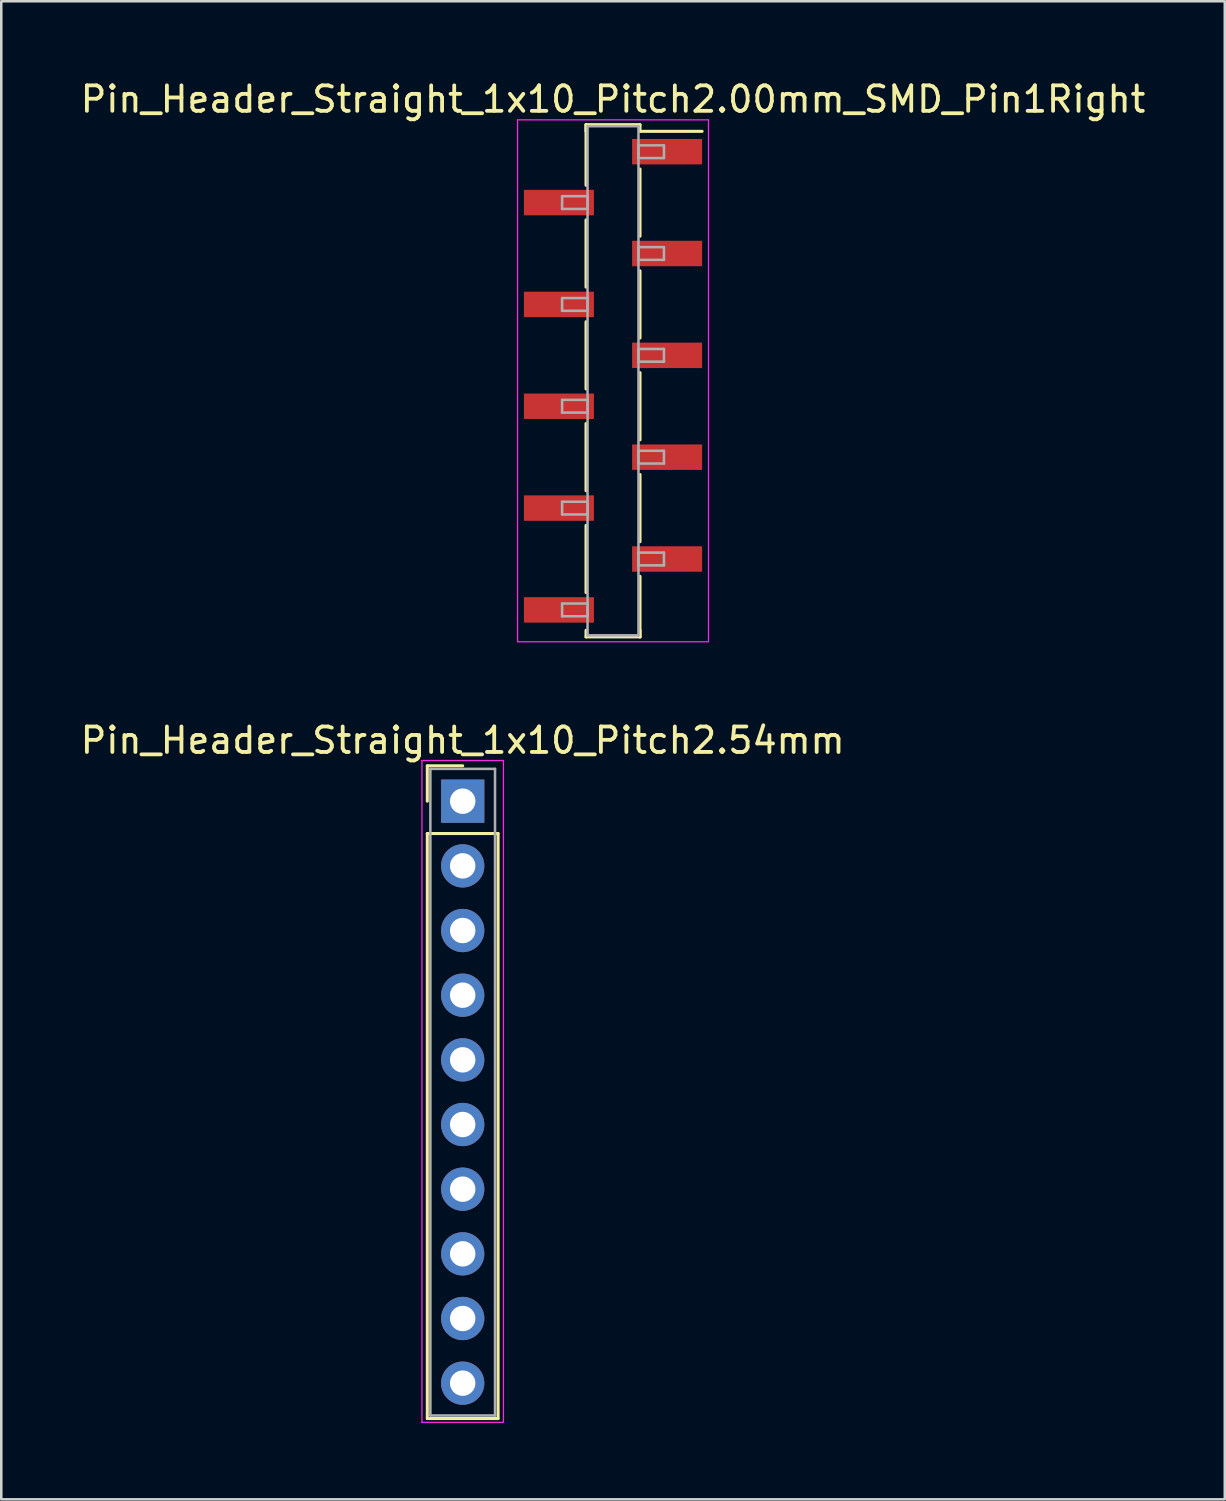
<source format=kicad_pcb>
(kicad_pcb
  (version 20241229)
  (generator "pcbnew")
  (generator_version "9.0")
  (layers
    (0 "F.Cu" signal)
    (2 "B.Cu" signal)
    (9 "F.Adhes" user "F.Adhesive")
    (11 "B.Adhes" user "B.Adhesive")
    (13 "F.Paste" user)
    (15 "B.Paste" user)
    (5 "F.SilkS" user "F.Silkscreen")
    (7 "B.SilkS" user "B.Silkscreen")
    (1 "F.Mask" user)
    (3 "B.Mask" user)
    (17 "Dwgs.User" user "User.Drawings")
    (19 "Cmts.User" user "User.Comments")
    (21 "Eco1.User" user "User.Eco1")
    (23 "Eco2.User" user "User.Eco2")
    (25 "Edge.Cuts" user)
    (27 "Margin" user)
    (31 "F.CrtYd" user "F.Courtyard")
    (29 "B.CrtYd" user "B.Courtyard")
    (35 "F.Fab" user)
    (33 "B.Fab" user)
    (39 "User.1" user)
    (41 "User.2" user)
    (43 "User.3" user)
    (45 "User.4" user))
  (footprint "Pin_Header_Straight_1x10_Pitch2.00mm_SMD_Pin1Right"
    (layer "F.Cu")
    (at 21.03 11.908)
    (property "Reference" "Pin_Header_Straight_1x10_Pitch2.00mm_SMD_Pin1Right" (at 0 -11.06 0) (layer "F.SilkS") (effects (font (size 1 1) (thickness 0.15))))
    (attr smd)
    (fp_line (start -1.06 -10.06) (end -1.06 -7.68) (stroke (width 0.12) (type solid)) (layer "F.SilkS"))
    (fp_line (start -1.06 -10.06) (end 1.06 -10.06) (stroke (width 0.12) (type solid)) (layer "F.SilkS"))
    (fp_line (start -1.06 -9.8) (end -1.06 -10.06) (stroke (width 0.12) (type solid)) (layer "F.SilkS"))
    (fp_line (start -1.06 -6.32) (end -1.06 -3.68) (stroke (width 0.12) (type solid)) (layer "F.SilkS"))
    (fp_line (start -1.06 -2.32) (end -1.06 0.32) (stroke (width 0.12) (type solid)) (layer "F.SilkS"))
    (fp_line (start -1.06 1.68) (end -1.06 4.32) (stroke (width 0.12) (type solid)) (layer "F.SilkS"))
    (fp_line (start -1.06 5.68) (end -1.06 8.32) (stroke (width 0.12) (type solid)) (layer "F.SilkS"))
    (fp_line (start -1.06 9.8) (end -1.06 10.06) (stroke (width 0.12) (type solid)) (layer "F.SilkS"))
    (fp_line (start -1.06 10.06) (end 1.06 10.06) (stroke (width 0.12) (type solid)) (layer "F.SilkS"))
    (fp_line (start 1.06 -10.06) (end 1.06 -9.8) (stroke (width 0.12) (type solid)) (layer "F.SilkS"))
    (fp_line (start 1.06 -9.8) (end 3.5 -9.8) (stroke (width 0.12) (type solid)) (layer "F.SilkS"))
    (fp_line (start 1.06 -8.32) (end 1.06 -5.68) (stroke (width 0.12) (type solid)) (layer "F.SilkS"))
    (fp_line (start 1.06 -4.32) (end 1.06 -1.68) (stroke (width 0.12) (type solid)) (layer "F.SilkS"))
    (fp_line (start 1.06 -0.32) (end 1.06 2.32) (stroke (width 0.12) (type solid)) (layer "F.SilkS"))
    (fp_line (start 1.06 3.68) (end 1.06 6.32) (stroke (width 0.12) (type solid)) (layer "F.SilkS"))
    (fp_line (start 1.06 7.68) (end 1.06 10.06) (stroke (width 0.12) (type solid)) (layer "F.SilkS"))
    (fp_line (start 1.06 10.06) (end 1.06 9.8) (stroke (width 0.12) (type solid)) (layer "F.SilkS"))
    (fp_line (start -3.75 -10.25) (end -3.75 10.25) (stroke (width 0.05) (type solid)) (layer "F.CrtYd"))
    (fp_line (start -3.75 10.25) (end 3.75 10.25) (stroke (width 0.05) (type solid)) (layer "F.CrtYd"))
    (fp_line (start 3.75 -10.25) (end -3.75 -10.25) (stroke (width 0.05) (type solid)) (layer "F.CrtYd"))
    (fp_line (start 3.75 10.25) (end 3.75 -10.25) (stroke (width 0.05) (type solid)) (layer "F.CrtYd"))
    (fp_line (start -2 -7.25) (end -1 -7.25) (stroke (width 0.1) (type solid)) (layer "F.Fab"))
    (fp_line (start -2 -6.75) (end -2 -7.25) (stroke (width 0.1) (type solid)) (layer "F.Fab"))
    (fp_line (start -2 -3.25) (end -1 -3.25) (stroke (width 0.1) (type solid)) (layer "F.Fab"))
    (fp_line (start -2 -2.75) (end -2 -3.25) (stroke (width 0.1) (type solid)) (layer "F.Fab"))
    (fp_line (start -2 0.75) (end -1 0.75) (stroke (width 0.1) (type solid)) (layer "F.Fab"))
    (fp_line (start -2 1.25) (end -2 0.75) (stroke (width 0.1) (type solid)) (layer "F.Fab"))
    (fp_line (start -2 4.75) (end -1 4.75) (stroke (width 0.1) (type solid)) (layer "F.Fab"))
    (fp_line (start -2 5.25) (end -2 4.75) (stroke (width 0.1) (type solid)) (layer "F.Fab"))
    (fp_line (start -2 8.75) (end -1 8.75) (stroke (width 0.1) (type solid)) (layer "F.Fab"))
    (fp_line (start -2 9.25) (end -2 8.75) (stroke (width 0.1) (type solid)) (layer "F.Fab"))
    (fp_line (start -1 -10) (end -1 10) (stroke (width 0.1) (type solid)) (layer "F.Fab"))
    (fp_line (start -1 -7.25) (end -1 -6.75) (stroke (width 0.1) (type solid)) (layer "F.Fab"))
    (fp_line (start -1 -6.75) (end -2 -6.75) (stroke (width 0.1) (type solid)) (layer "F.Fab"))
    (fp_line (start -1 -3.25) (end -1 -2.75) (stroke (width 0.1) (type solid)) (layer "F.Fab"))
    (fp_line (start -1 -2.75) (end -2 -2.75) (stroke (width 0.1) (type solid)) (layer "F.Fab"))
    (fp_line (start -1 0.75) (end -1 1.25) (stroke (width 0.1) (type solid)) (layer "F.Fab"))
    (fp_line (start -1 1.25) (end -2 1.25) (stroke (width 0.1) (type solid)) (layer "F.Fab"))
    (fp_line (start -1 4.75) (end -1 5.25) (stroke (width 0.1) (type solid)) (layer "F.Fab"))
    (fp_line (start -1 5.25) (end -2 5.25) (stroke (width 0.1) (type solid)) (layer "F.Fab"))
    (fp_line (start -1 8.75) (end -1 9.25) (stroke (width 0.1) (type solid)) (layer "F.Fab"))
    (fp_line (start -1 9.25) (end -2 9.25) (stroke (width 0.1) (type solid)) (layer "F.Fab"))
    (fp_line (start -1 10) (end 1 10) (stroke (width 0.1) (type solid)) (layer "F.Fab"))
    (fp_line (start 1 -10) (end -1 -10) (stroke (width 0.1) (type solid)) (layer "F.Fab"))
    (fp_line (start 1 -9.25) (end 1 -8.75) (stroke (width 0.1) (type solid)) (layer "F.Fab"))
    (fp_line (start 1 -8.75) (end 2 -8.75) (stroke (width 0.1) (type solid)) (layer "F.Fab"))
    (fp_line (start 1 -5.25) (end 1 -4.75) (stroke (width 0.1) (type solid)) (layer "F.Fab"))
    (fp_line (start 1 -4.75) (end 2 -4.75) (stroke (width 0.1) (type solid)) (layer "F.Fab"))
    (fp_line (start 1 -1.25) (end 1 -0.75) (stroke (width 0.1) (type solid)) (layer "F.Fab"))
    (fp_line (start 1 -0.75) (end 2 -0.75) (stroke (width 0.1) (type solid)) (layer "F.Fab"))
    (fp_line (start 1 2.75) (end 1 3.25) (stroke (width 0.1) (type solid)) (layer "F.Fab"))
    (fp_line (start 1 3.25) (end 2 3.25) (stroke (width 0.1) (type solid)) (layer "F.Fab"))
    (fp_line (start 1 6.75) (end 1 7.25) (stroke (width 0.1) (type solid)) (layer "F.Fab"))
    (fp_line (start 1 7.25) (end 2 7.25) (stroke (width 0.1) (type solid)) (layer "F.Fab"))
    (fp_line (start 1 10) (end 1 -10) (stroke (width 0.1) (type solid)) (layer "F.Fab"))
    (fp_line (start 2 -9.25) (end 1 -9.25) (stroke (width 0.1) (type solid)) (layer "F.Fab"))
    (fp_line (start 2 -8.75) (end 2 -9.25) (stroke (width 0.1) (type solid)) (layer "F.Fab"))
    (fp_line (start 2 -5.25) (end 1 -5.25) (stroke (width 0.1) (type solid)) (layer "F.Fab"))
    (fp_line (start 2 -4.75) (end 2 -5.25) (stroke (width 0.1) (type solid)) (layer "F.Fab"))
    (fp_line (start 2 -1.25) (end 1 -1.25) (stroke (width 0.1) (type solid)) (layer "F.Fab"))
    (fp_line (start 2 -0.75) (end 2 -1.25) (stroke (width 0.1) (type solid)) (layer "F.Fab"))
    (fp_line (start 2 2.75) (end 1 2.75) (stroke (width 0.1) (type solid)) (layer "F.Fab"))
    (fp_line (start 2 3.25) (end 2 2.75) (stroke (width 0.1) (type solid)) (layer "F.Fab"))
    (fp_line (start 2 6.75) (end 1 6.75) (stroke (width 0.1) (type solid)) (layer "F.Fab"))
    (fp_line (start 2 7.25) (end 2 6.75) (stroke (width 0.1) (type solid)) (layer "F.Fab"))
    (pad "1" smd rect (at 2.125 -9) (size 2.75 1) (layers "F.Cu" "F.Mask"))
    (pad "2" smd rect (at -2.125 -7) (size 2.75 1) (layers "F.Cu" "F.Mask"))
    (pad "3" smd rect (at 2.125 -5) (size 2.75 1) (layers "F.Cu" "F.Mask"))
    (pad "4" smd rect (at -2.125 -3) (size 2.75 1) (layers "F.Cu" "F.Mask"))
    (pad "5" smd rect (at 2.125 -1) (size 2.75 1) (layers "F.Cu" "F.Mask"))
    (pad "6" smd rect (at -2.125 1) (size 2.75 1) (layers "F.Cu" "F.Mask"))
    (pad "7" smd rect (at 2.125 3) (size 2.75 1) (layers "F.Cu" "F.Mask"))
    (pad "8" smd rect (at -2.125 5) (size 2.75 1) (layers "F.Cu" "F.Mask"))
    (pad "9" smd rect (at 2.125 7) (size 2.75 1) (layers "F.Cu" "F.Mask"))
    (pad "10" smd rect (at -2.125 9) (size 2.75 1) (layers "F.Cu" "F.Mask")))
  (footprint "Pin_Header_Straight_1x10_Pitch2.54mm"
    (layer "F.Cu")
    (at 15.125 28.422)
    (property "Reference" "Pin_Header_Straight_1x10_Pitch2.54mm" (at 0 -2.39 0) (layer "F.SilkS") (effects (font (size 1 1) (thickness 0.15))))
    (attr through_hole)
    (fp_line (start -1.39 -1.39) (end 0 -1.39) (stroke (width 0.12) (type solid)) (layer "F.SilkS"))
    (fp_line (start -1.39 0) (end -1.39 -1.39) (stroke (width 0.12) (type solid)) (layer "F.SilkS"))
    (fp_line (start -1.39 1.27) (end -1.39 24.25) (stroke (width 0.12) (type solid)) (layer "F.SilkS"))
    (fp_line (start -1.39 24.25) (end 1.39 24.25) (stroke (width 0.12) (type solid)) (layer "F.SilkS"))
    (fp_line (start 1.39 1.27) (end -1.39 1.27) (stroke (width 0.12) (type solid)) (layer "F.SilkS"))
    (fp_line (start 1.39 24.25) (end 1.39 1.27) (stroke (width 0.12) (type solid)) (layer "F.SilkS"))
    (fp_line (start -1.6 -1.6) (end -1.6 24.4) (stroke (width 0.05) (type solid)) (layer "F.CrtYd"))
    (fp_line (start -1.6 24.4) (end 1.6 24.4) (stroke (width 0.05) (type solid)) (layer "F.CrtYd"))
    (fp_line (start 1.6 -1.6) (end -1.6 -1.6) (stroke (width 0.05) (type solid)) (layer "F.CrtYd"))
    (fp_line (start 1.6 24.4) (end 1.6 -1.6) (stroke (width 0.05) (type solid)) (layer "F.CrtYd"))
    (fp_line (start -1.27 -1.27) (end -1.27 24.13) (stroke (width 0.1) (type solid)) (layer "F.Fab"))
    (fp_line (start -1.27 24.13) (end 1.27 24.13) (stroke (width 0.1) (type solid)) (layer "F.Fab"))
    (fp_line (start 1.27 -1.27) (end -1.27 -1.27) (stroke (width 0.1) (type solid)) (layer "F.Fab"))
    (fp_line (start 1.27 24.13) (end 1.27 -1.27) (stroke (width 0.1) (type solid)) (layer "F.Fab"))
    (pad "1" thru_hole rect (at 0 0) (size 1.7 1.7) (drill 1) (layers "*.Cu" "*.Mask"))
    (pad "2" thru_hole oval (at 0 2.54) (size 1.7 1.7) (drill 1) (layers "*.Cu" "*.Mask"))
    (pad "3" thru_hole oval (at 0 5.08) (size 1.7 1.7) (drill 1) (layers "*.Cu" "*.Mask"))
    (pad "4" thru_hole oval (at 0 7.62) (size 1.7 1.7) (drill 1) (layers "*.Cu" "*.Mask"))
    (pad "5" thru_hole oval (at 0 10.16) (size 1.7 1.7) (drill 1) (layers "*.Cu" "*.Mask"))
    (pad "6" thru_hole oval (at 0 12.7) (size 1.7 1.7) (drill 1) (layers "*.Cu" "*.Mask"))
    (pad "7" thru_hole oval (at 0 15.24) (size 1.7 1.7) (drill 1) (layers "*.Cu" "*.Mask"))
    (pad "8" thru_hole oval (at 0 17.78) (size 1.7 1.7) (drill 1) (layers "*.Cu" "*.Mask"))
    (pad "9" thru_hole oval (at 0 20.32) (size 1.7 1.7) (drill 1) (layers "*.Cu" "*.Mask"))
    (pad "10" thru_hole oval (at 0 22.86) (size 1.7 1.7) (drill 1) (layers "*.Cu" "*.Mask")))
  (gr_rect
    (start -3 -3)
    (end 45.06 55.846)
    (stroke (width 0.1) (type default))
    (fill no)
    (layer "Edge.Cuts")))
</source>
